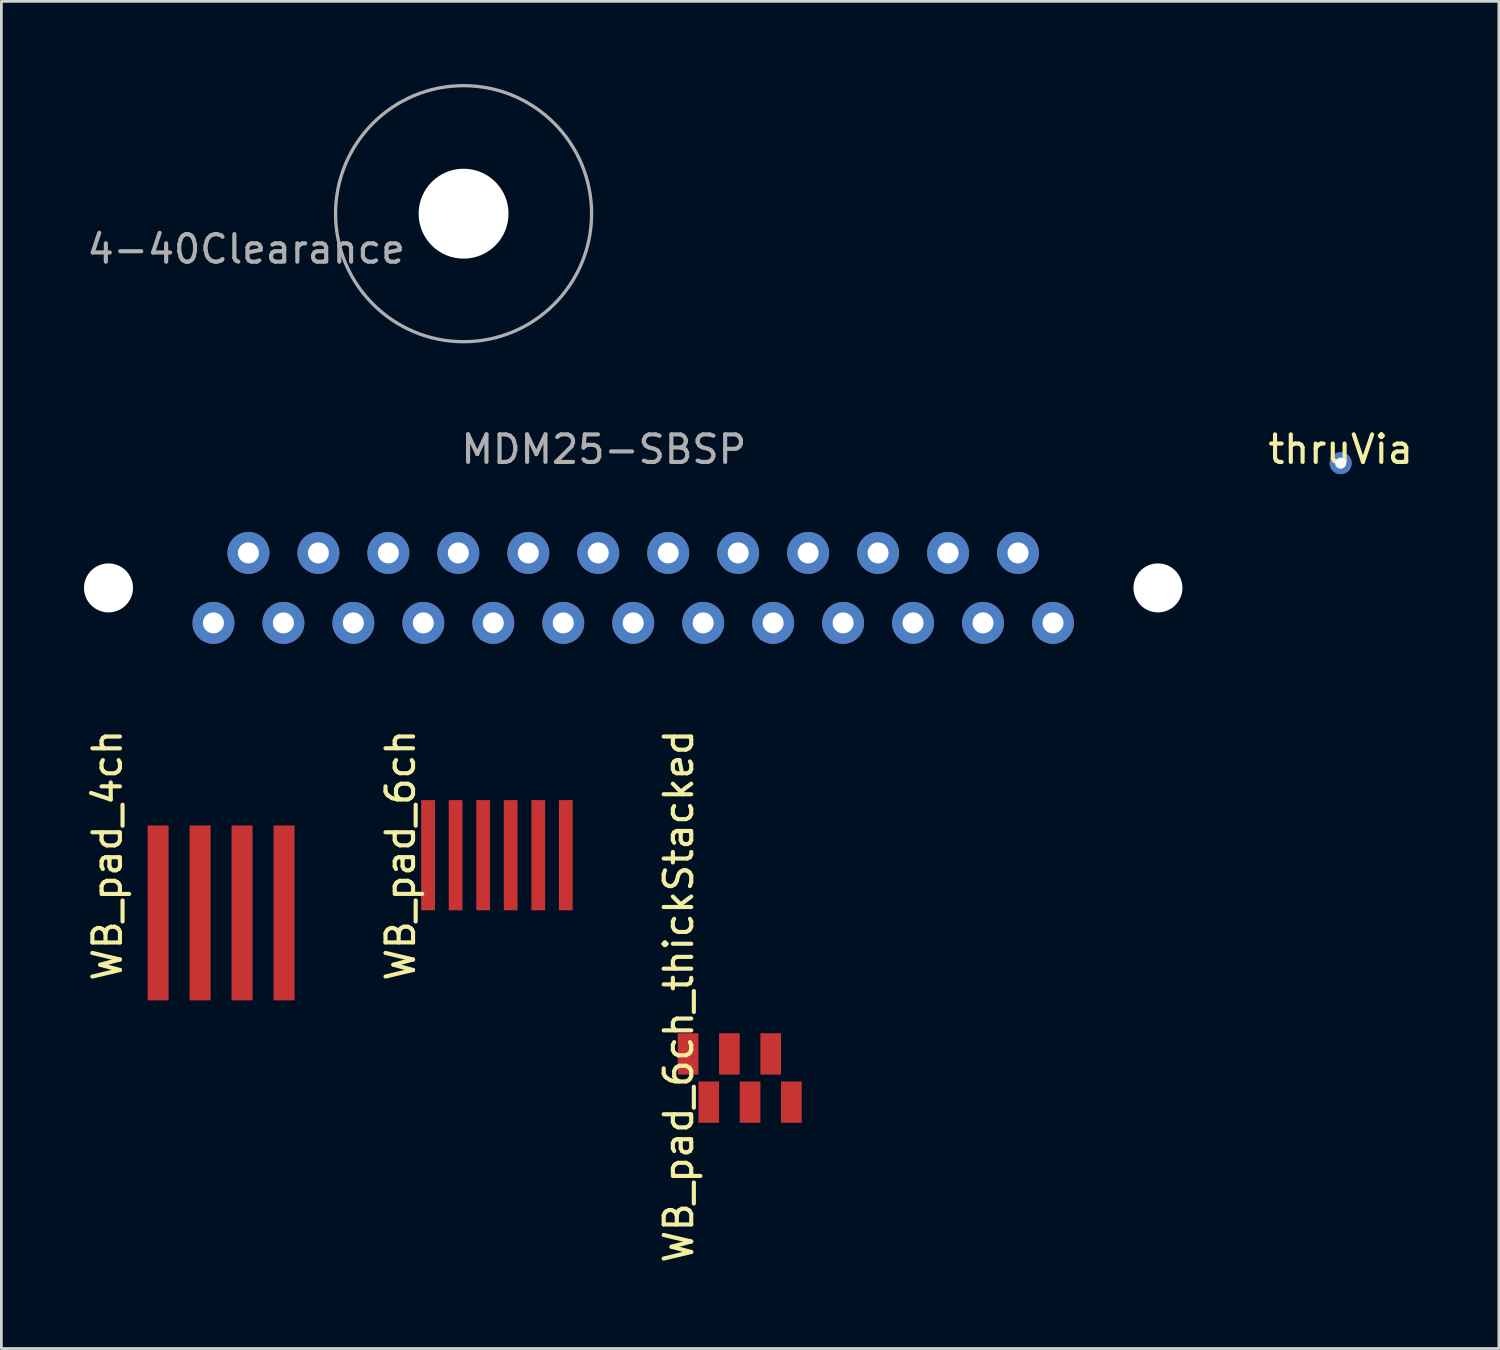
<source format=kicad_pcb>
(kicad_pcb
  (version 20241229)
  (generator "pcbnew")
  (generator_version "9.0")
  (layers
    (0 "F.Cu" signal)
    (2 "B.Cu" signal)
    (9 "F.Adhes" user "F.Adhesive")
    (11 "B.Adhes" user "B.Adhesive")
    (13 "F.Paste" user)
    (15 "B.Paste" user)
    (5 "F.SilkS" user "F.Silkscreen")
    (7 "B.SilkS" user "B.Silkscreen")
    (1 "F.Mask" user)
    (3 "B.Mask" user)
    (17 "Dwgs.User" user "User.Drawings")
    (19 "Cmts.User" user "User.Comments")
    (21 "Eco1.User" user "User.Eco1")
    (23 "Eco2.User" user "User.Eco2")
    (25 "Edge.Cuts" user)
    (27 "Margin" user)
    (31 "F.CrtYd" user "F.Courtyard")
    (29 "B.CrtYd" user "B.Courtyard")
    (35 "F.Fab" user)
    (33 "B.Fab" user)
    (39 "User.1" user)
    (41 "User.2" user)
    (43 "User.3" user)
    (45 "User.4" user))
  (footprint "WB_pad_6ch_thickStacked"
    (layer "F.Cu")
    (at 23.431 35.213)
    (property "Reference" "WB_pad_6ch_thickStacked" (at -1.841 -2.095 90) (layer "F.SilkS") (effects (font (size 1 1) (thickness 0.15))))
    (attr through_hole)
    (pad "1" connect rect (at -1.5 0) (size 0.75 1.5) (layers "F.Cu" "F.Mask"))
    (pad "2" connect rect (at 0 0) (size 0.75 1.5) (layers "F.Cu" "F.Mask"))
    (pad "3" connect rect (at 1.5 0) (size 0.75 1.5) (layers "F.Cu" "F.Mask"))
    (pad "4" connect rect (at -0.75 1.75) (size 0.75 1.5) (layers "F.Cu" "F.Mask"))
    (pad "5" connect rect (at 0.75 1.75) (size 0.75 1.5) (layers "F.Cu" "F.Mask"))
    (pad "6" connect rect (at 2.25 1.75) (size 0.75 1.5) (layers "F.Cu" "F.Mask")))
  (footprint "thruVia"
    (layer "F.Cu")
    (at 45.622 13.765)
    (property "Reference" "thruVia" (at 0 -0.5 0) (unlocked yes) (layer "F.SilkS") (effects (font (size 1 1) (thickness 0.15))))
    (attr through_hole)
    (pad "1" thru_hole circle (at 0 0) (size 0.8 0.8) (drill 0.4) (layers "*.Cu" "*.Mask")))
  (footprint "WB_pad_6ch"
    (layer "F.Cu")
    (at 14.991 27.998)
    (property "Reference" "WB_pad_6ch" (at -3.5 0 90) (layer "F.SilkS") (effects (font (size 1 1) (thickness 0.15))))
    (attr through_hole)
    (pad "1" connect rect (at -2.5 0) (size 0.5 4) (layers "F.Cu" "F.Mask"))
    (pad "2" connect rect (at -1.5 0) (size 0.5 4) (layers "F.Cu" "F.Mask"))
    (pad "3" connect rect (at -0.5 0) (size 0.5 4) (layers "F.Cu" "F.Mask"))
    (pad "4" connect rect (at 0.5 0) (size 0.5 4) (layers "F.Cu" "F.Mask"))
    (pad "5" connect rect (at 1.5 0) (size 0.5 4) (layers "F.Cu" "F.Mask"))
    (pad "6" connect rect (at 2.5 0) (size 0.5 4) (layers "F.Cu" "F.Mask")))
  (footprint "4-40Clearance"
    (layer "F.Cu")
    (at 13.78 4.708)
    (property "Reference" "4-40Clearance" (at -7.893 1.287 0) (layer "F.Fab") (effects (font (size 1 1) (thickness 0.15))))
    (attr through_hole)
    (fp_circle (center 0 0) (end 4.648 0) (stroke (width 0.12) (type solid)) (fill no) (layer "F.Fab"))
    (pad "" np_thru_hole circle (at 0 0) (size 3.264 3.264) (drill 3.264) (layers "*.Cu" "*.Mask")))
  (footprint "MDM25-SBSP"
    (layer "F.Cu")
    (at 19.939 19.564)
    (property "Reference" "MDM25-SBSP" (at -1.067 -6.299 0) (layer "F.Fab") (effects (font (size 1 1) (thickness 0.15))))
    (attr through_hole)
    (pad "" np_thru_hole circle (at -19.05 -1.27) (size 1.778 1.778) (drill 1.778) (layers "*.Cu" "*.Mask"))
    (pad "" np_thru_hole circle (at 19.05 -1.27) (size 1.778 1.778) (drill 1.778) (layers "*.Cu" "*.Mask"))
    (pad "1" thru_hole circle (at 15.24 0) (size 1.524 1.524) (drill 0.762) (layers "*.Cu" "*.Mask"))
    (pad "2" thru_hole circle (at 12.7 0) (size 1.524 1.524) (drill 0.762) (layers "*.Cu" "*.Mask"))
    (pad "3" thru_hole circle (at 10.16 0) (size 1.524 1.524) (drill 0.762) (layers "*.Cu" "*.Mask"))
    (pad "4" thru_hole circle (at 7.62 0) (size 1.524 1.524) (drill 0.762) (layers "*.Cu" "*.Mask"))
    (pad "5" thru_hole circle (at 5.08 0) (size 1.524 1.524) (drill 0.762) (layers "*.Cu" "*.Mask"))
    (pad "6" thru_hole circle (at 2.54 0) (size 1.524 1.524) (drill 0.762) (layers "*.Cu" "*.Mask"))
    (pad "7" thru_hole circle (at 0 0) (size 1.524 1.524) (drill 0.762) (layers "*.Cu" "*.Mask"))
    (pad "8" thru_hole circle (at -2.54 0) (size 1.524 1.524) (drill 0.762) (layers "*.Cu" "*.Mask"))
    (pad "9" thru_hole circle (at -5.08 0) (size 1.524 1.524) (drill 0.762) (layers "*.Cu" "*.Mask"))
    (pad "10" thru_hole circle (at -7.62 0) (size 1.524 1.524) (drill 0.762) (layers "*.Cu" "*.Mask"))
    (pad "11" thru_hole circle (at -10.16 0) (size 1.524 1.524) (drill 0.762) (layers "*.Cu" "*.Mask"))
    (pad "12" thru_hole circle (at -12.7 0) (size 1.524 1.524) (drill 0.762) (layers "*.Cu" "*.Mask"))
    (pad "13" thru_hole circle (at -15.24 0) (size 1.524 1.524) (drill 0.762) (layers "*.Cu" "*.Mask"))
    (pad "14" thru_hole circle (at 13.97 -2.54) (size 1.524 1.524) (drill 0.762) (layers "*.Cu" "*.Mask"))
    (pad "15" thru_hole circle (at 11.43 -2.54) (size 1.524 1.524) (drill 0.762) (layers "*.Cu" "*.Mask"))
    (pad "16" thru_hole circle (at 8.89 -2.54) (size 1.524 1.524) (drill 0.762) (layers "*.Cu" "*.Mask"))
    (pad "17" thru_hole circle (at 6.35 -2.54) (size 1.524 1.524) (drill 0.762) (layers "*.Cu" "*.Mask"))
    (pad "18" thru_hole circle (at 3.81 -2.54) (size 1.524 1.524) (drill 0.762) (layers "*.Cu" "*.Mask"))
    (pad "19" thru_hole circle (at 1.27 -2.54) (size 1.524 1.524) (drill 0.762) (layers "*.Cu" "*.Mask"))
    (pad "20" thru_hole circle (at -1.27 -2.54) (size 1.524 1.524) (drill 0.762) (layers "*.Cu" "*.Mask"))
    (pad "21" thru_hole circle (at -3.81 -2.54) (size 1.524 1.524) (drill 0.762) (layers "*.Cu" "*.Mask"))
    (pad "22" thru_hole circle (at -6.35 -2.54) (size 1.524 1.524) (drill 0.762) (layers "*.Cu" "*.Mask"))
    (pad "23" thru_hole circle (at -8.89 -2.54) (size 1.524 1.524) (drill 0.762) (layers "*.Cu" "*.Mask"))
    (pad "24" thru_hole circle (at -11.43 -2.54) (size 1.524 1.524) (drill 0.762) (layers "*.Cu" "*.Mask"))
    (pad "25" thru_hole circle (at -13.97 -2.54) (size 1.524 1.524) (drill 0.762) (layers "*.Cu" "*.Mask")))
  (footprint "WB_pad_4ch"
    (layer "F.Cu")
    (at 2.69 30.094)
    (property "Reference" "WB_pad_4ch" (at -1.841 -2.095 90) (layer "F.SilkS") (effects (font (size 1 1) (thickness 0.15))))
    (attr through_hole)
    (pad "1" connect rect (at 4.572 0) (size 0.762 6.35) (layers "F.Cu" "F.Mask"))
    (pad "2" connect rect (at 3.048 0) (size 0.762 6.35) (layers "F.Cu" "F.Mask"))
    (pad "3" connect rect (at 1.524 0) (size 0.762 6.35) (layers "F.Cu" "F.Mask"))
    (pad "4" connect rect (at 0 0) (size 0.762 6.35) (layers "F.Cu" "F.Mask")))
  (gr_rect
    (start -3 -3)
    (end 51.366 45.909)
    (stroke (width 0.1) (type default))
    (fill no)
    (layer "Edge.Cuts")))
</source>
